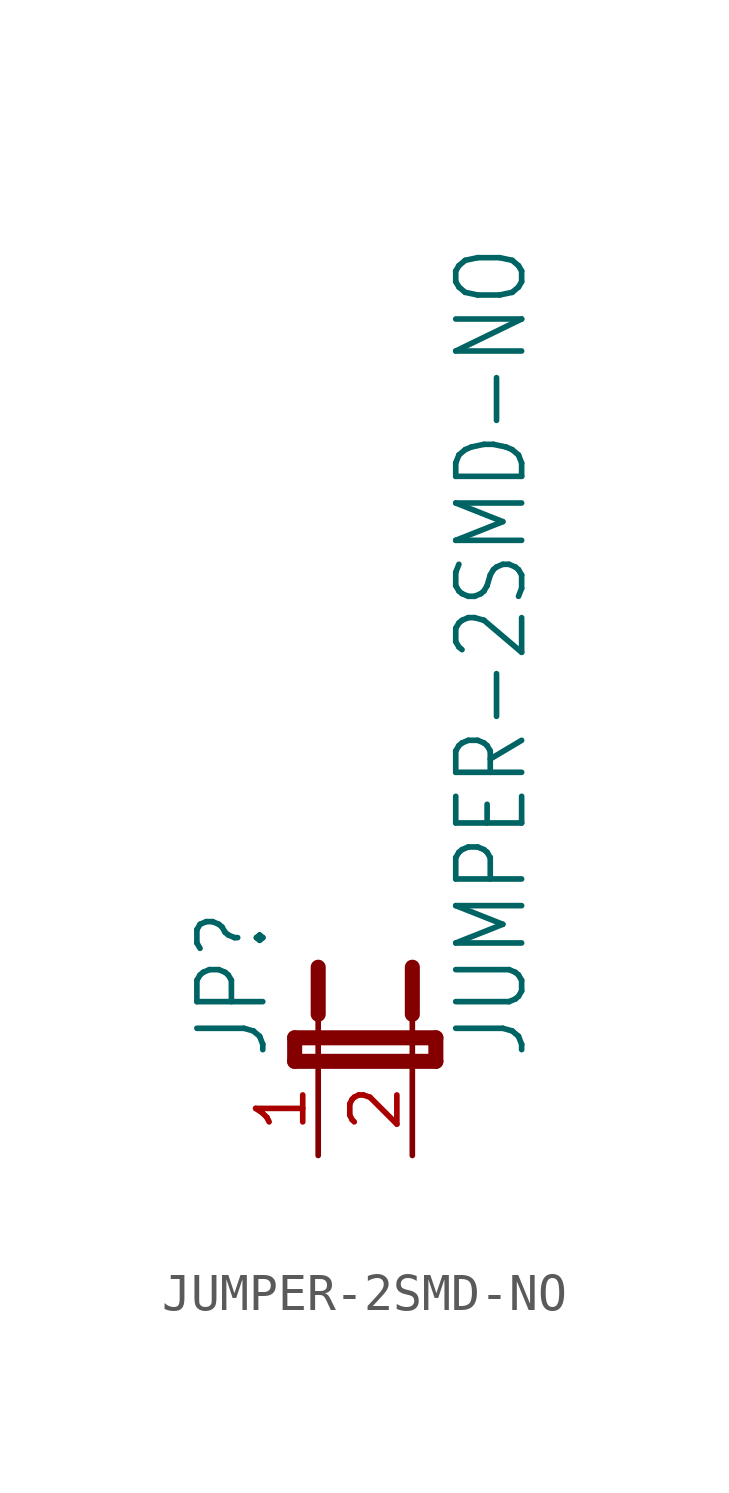
<source format=kicad_sym>
(kicad_symbol_lib
  (version 20211014)
  (generator kicad_symbol_editor)
  (symbol "JUMPER-2SMD-NO"
    (property "Reference" "JP"
      (at -1.27 0 90)
      (effects (font (size 1.778 1.511)) (justify left bottom)))
    (property "Value" "JUMPER-2SMD-NO"
      (at 5.715 0 90)
      (effects (font (size 1.778 1.511)) (justify left bottom)))
    (property "ki_locked" ""
      (at 0 0 0)
      (effects (font (size 1.27 1.27))))
    (symbol "JUMPER-2SMD-NO_1_0"
      (polyline (pts (xy -0.635 0) (xy 3.175 0)) (stroke (width 0.406) (type default) (color 0 0 0 0)) (fill (type none)))
      (polyline (pts (xy -0.635 0.635) (xy -0.635 0)) (stroke (width 0.406) (type default) (color 0 0 0 0)) (fill (type none)))
      (polyline (pts (xy 0 0) (xy 0 1.27)) (stroke (width 0.152) (type default) (color 0 0 0 0)) (fill (type none)))
      (polyline (pts (xy 0 2.54) (xy 0 1.27)) (stroke (width 0.406) (type default) (color 0 0 0 0)) (fill (type none)))
      (polyline (pts (xy 2.54 0) (xy 2.54 1.27)) (stroke (width 0.152) (type default) (color 0 0 0 0)) (fill (type none)))
      (polyline (pts (xy 2.54 2.54) (xy 2.54 1.27)) (stroke (width 0.406) (type default) (color 0 0 0 0)) (fill (type none)))
      (polyline (pts (xy 3.175 0) (xy 3.175 0.635)) (stroke (width 0.406) (type default) (color 0 0 0 0)) (fill (type none)))
      (polyline (pts (xy 3.175 0.635) (xy -0.635 0.635)) (stroke (width 0.406) (type default) (color 0 0 0 0)) (fill (type none)))
      (pin passive line (at 0 -2.54 90) (length 2.54) (name "1" (effects (font (size 0 0)))) (number "1" (effects (font (size 1.27 1.27)))))
      (pin passive line (at 2.54 -2.54 90) (length 2.54) (name "2" (effects (font (size 0 0)))) (number "2" (effects (font (size 1.27 1.27))))))))
</source>
